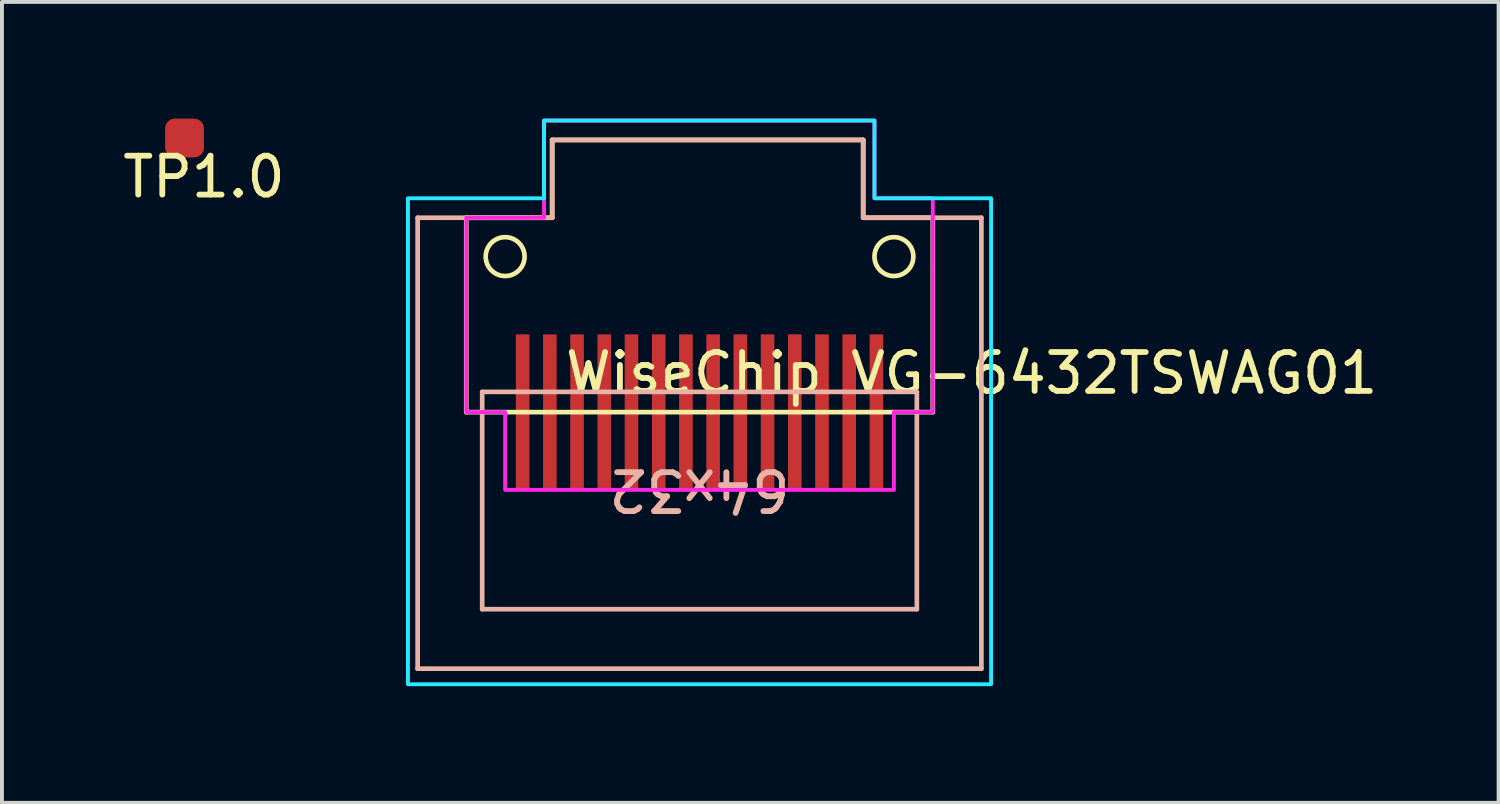
<source format=kicad_pcb>
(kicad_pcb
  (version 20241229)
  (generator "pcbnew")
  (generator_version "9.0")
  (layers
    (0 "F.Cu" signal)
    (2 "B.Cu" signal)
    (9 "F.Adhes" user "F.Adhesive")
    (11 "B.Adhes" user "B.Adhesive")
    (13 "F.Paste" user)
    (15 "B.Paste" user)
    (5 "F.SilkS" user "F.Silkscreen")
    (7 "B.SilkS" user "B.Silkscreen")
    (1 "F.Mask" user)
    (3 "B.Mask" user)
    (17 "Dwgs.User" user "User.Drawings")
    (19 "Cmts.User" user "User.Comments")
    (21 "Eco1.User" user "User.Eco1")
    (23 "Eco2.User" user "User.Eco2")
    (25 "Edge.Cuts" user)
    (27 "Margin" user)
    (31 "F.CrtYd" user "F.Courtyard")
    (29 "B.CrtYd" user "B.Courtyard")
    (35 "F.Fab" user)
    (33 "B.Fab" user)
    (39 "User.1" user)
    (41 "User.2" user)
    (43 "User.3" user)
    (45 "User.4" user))
  (footprint "TP1.0"
    (layer "F.Cu")
    (at 1.696 0.5)
    (property "Reference" "TP1.0" (at 0.5 1 0) (layer "F.SilkS") (effects (font (size 1 1) (thickness 0.15))))
    (attr through_hole)
    (pad "1" smd roundrect (at 0 0) (size 1 1) (layers "F.Cu" "F.Mask") (roundrect_rratio 0.25)))
  (footprint "WiseChip VG-6432TSWAG01"
    (layer "F.Cu")
    (at 14.943 7.55)
    (property "Reference" "WiseChip VG-6432TSWAG01" (at 7 -1 0) (layer "F.SilkS") (effects (font (size 1 1) (thickness 0.15))))
    (attr through_hole)
    (fp_line (start -6 -5) (end -3.79 -5) (stroke (width 0.12) (type solid)) (layer "F.SilkS"))
    (fp_line (start -6 0) (end -6 -5) (stroke (width 0.12) (type solid)) (layer "F.SilkS"))
    (fp_line (start -6 0) (end 6 0) (stroke (width 0.12) (type solid)) (layer "F.SilkS"))
    (fp_line (start -3.79 -7) (end 4.21 -7) (stroke (width 0.12) (type solid)) (layer "F.SilkS"))
    (fp_line (start -3.79 -5) (end -3.79 -7) (stroke (width 0.12) (type solid)) (layer "F.SilkS"))
    (fp_line (start 4.21 -7) (end 4.21 -5) (stroke (width 0.12) (type solid)) (layer "F.SilkS"))
    (fp_line (start 4.21 -5) (end 6 -5) (stroke (width 0.12) (type solid)) (layer "F.SilkS"))
    (fp_line (start 6 -5) (end 6 0) (stroke (width 0.12) (type solid)) (layer "F.SilkS"))
    (fp_circle (center -5 -4) (end -4.5 -4) (stroke (width 0.12) (type solid)) (fill no) (layer "F.SilkS"))
    (fp_circle (center 5 -4) (end 5.5 -4) (stroke (width 0.12) (type solid)) (fill no) (layer "F.SilkS"))
    (fp_line (start -7.25 -5) (end -7.25 6.6) (stroke (width 0.12) (type solid)) (layer "B.SilkS"))
    (fp_line (start -7.25 6.6) (end -7.25 6.6) (stroke (width 0.12) (type solid)) (layer "B.SilkS"))
    (fp_line (start -7.25 6.6) (end 7.25 6.6) (stroke (width 0.12) (type solid)) (layer "B.SilkS"))
    (fp_line (start -5.59 -0.52) (end 5.59 -0.52) (stroke (width 0.12) (type solid)) (layer "B.SilkS"))
    (fp_line (start -5.59 5.07) (end -5.59 -0.52) (stroke (width 0.12) (type solid)) (layer "B.SilkS"))
    (fp_line (start -3.79 -7) (end -3.79 -5) (stroke (width 0.12) (type solid)) (layer "B.SilkS"))
    (fp_line (start -3.79 -5) (end -7.25 -5) (stroke (width 0.12) (type solid)) (layer "B.SilkS"))
    (fp_line (start 4.21 -7) (end -3.79 -7) (stroke (width 0.12) (type solid)) (layer "B.SilkS"))
    (fp_line (start 4.21 -5) (end 4.21 -7) (stroke (width 0.12) (type solid)) (layer "B.SilkS"))
    (fp_line (start 4.22 -5) (end 4.21 -5) (stroke (width 0.12) (type solid)) (layer "B.SilkS"))
    (fp_line (start 5.59 -0.52) (end 5.59 5.07) (stroke (width 0.12) (type solid)) (layer "B.SilkS"))
    (fp_line (start 5.59 5.07) (end -5.59 5.07) (stroke (width 0.12) (type solid)) (layer "B.SilkS"))
    (fp_line (start 7.25 -5) (end 4.22 -5) (stroke (width 0.12) (type solid)) (layer "B.SilkS"))
    (fp_line (start 7.25 6.6) (end 7.25 -5) (stroke (width 0.12) (type solid)) (layer "B.SilkS"))
    (fp_poly (pts (xy 4.5 -5.5) (xy 7.5 -5.5) (xy 7.5 7) (xy -7.5 7) (xy -7.5 -5.5) (xy -4 -5.5) (xy -4 -7.5) (xy 4.5 -7.5)) (stroke (width 0.1) (type solid)) (fill no) (layer "B.CrtYd"))
    (fp_poly (pts (xy 4.5 -5.5) (xy 6 -5.5) (xy 6 0) (xy 5 0) (xy 5 2) (xy -5 2) (xy -5 0) (xy -6 0) (xy -6 -5) (xy -4 -5) (xy -4 -7.5) (xy 4.5 -7.5)) (stroke (width 0.1) (type solid)) (fill no) (layer "F.CrtYd"))
    (fp_text user "64x32" (at 0 2 180) (unlocked yes) (layer "B.SilkS") (effects (font (size 1 1) (thickness 0.15))))
    (pad "1" smd rect (at -4.55 0) (size 0.35 4) (layers "F.Cu" "F.Mask" "F.Paste"))
    (pad "2" smd rect (at -3.85 0) (size 0.35 4) (layers "F.Cu" "F.Mask" "F.Paste"))
    (pad "3" smd rect (at -3.15 0) (size 0.35 4) (layers "F.Cu" "F.Mask" "F.Paste"))
    (pad "4" smd rect (at -2.45 0) (size 0.35 4) (layers "F.Cu" "F.Mask" "F.Paste"))
    (pad "5" smd rect (at -1.75 0) (size 0.35 4) (layers "F.Cu" "F.Mask" "F.Paste"))
    (pad "6" smd rect (at -1.05 0) (size 0.35 4) (layers "F.Cu" "F.Mask" "F.Paste"))
    (pad "7" smd rect (at -0.35 0) (size 0.35 4) (layers "F.Cu" "F.Mask" "F.Paste"))
    (pad "8" smd rect (at 0.35 0) (size 0.35 4) (layers "F.Cu" "F.Mask" "F.Paste"))
    (pad "9" smd rect (at 1.05 0) (size 0.35 4) (layers "F.Cu" "F.Mask" "F.Paste"))
    (pad "10" smd rect (at 1.75 0) (size 0.35 4) (layers "F.Cu" "F.Mask" "F.Paste"))
    (pad "11" smd rect (at 2.45 0) (size 0.35 4) (layers "F.Cu" "F.Mask" "F.Paste"))
    (pad "12" smd rect (at 3.15 0) (size 0.35 4) (layers "F.Cu" "F.Mask" "F.Paste"))
    (pad "13" smd rect (at 3.85 0) (size 0.35 4) (layers "F.Cu" "F.Mask" "F.Paste"))
    (pad "14" smd rect (at 4.55 0) (size 0.35 4) (layers "F.Cu" "F.Mask" "F.Paste")))
  (gr_rect
    (start -3 -3)
    (end 35.496 17.6)
    (stroke (width 0.1) (type default))
    (fill no)
    (layer "Edge.Cuts")))
</source>
